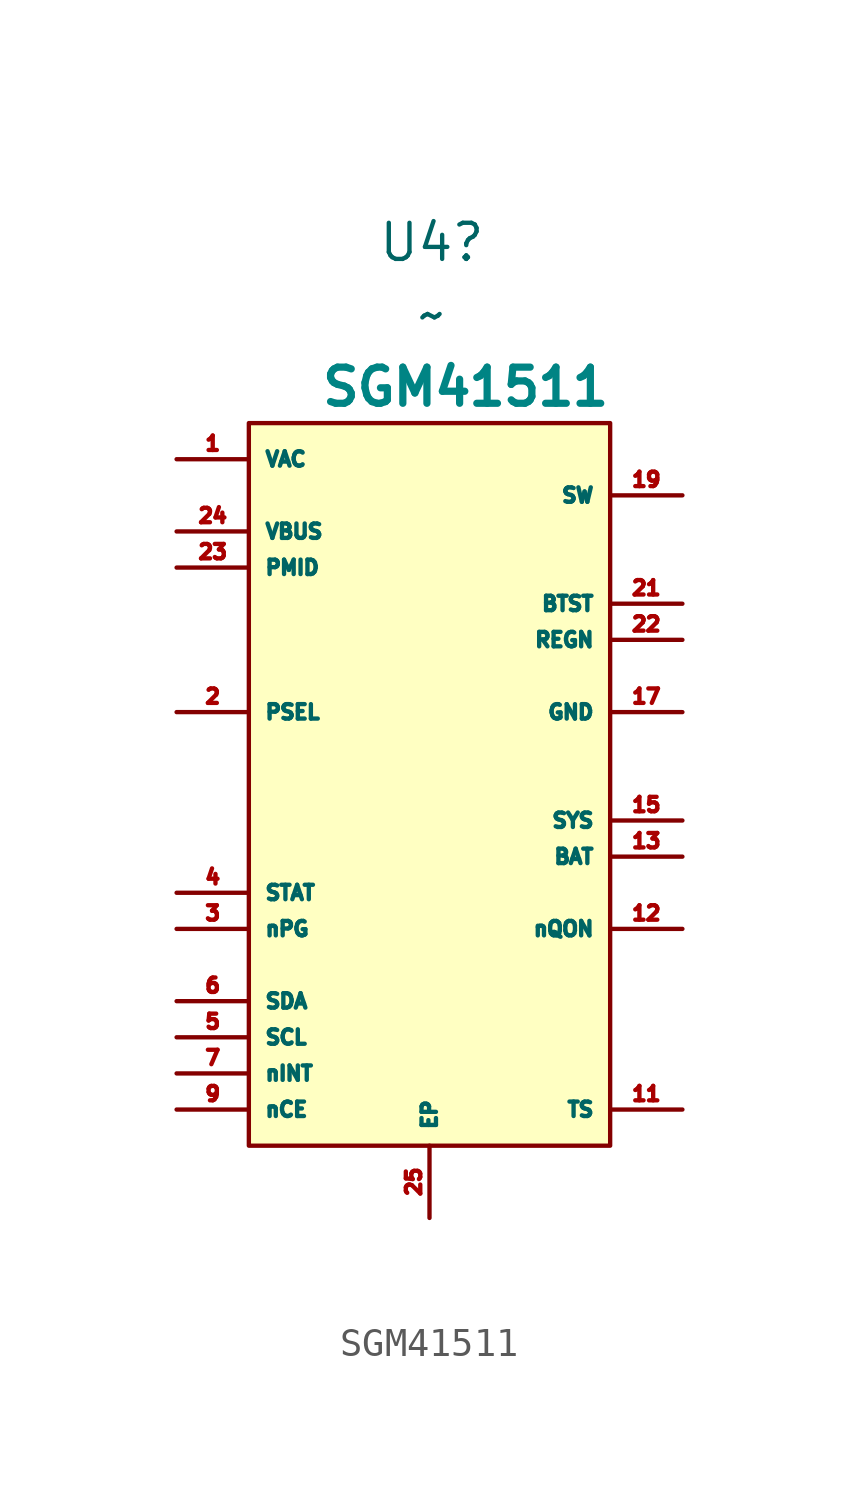
<source format=kicad_sym>
(kicad_symbol_lib
  (version 20231120)
  (generator "kicad_symbol_editor")
  (generator_version "8.0")
  (symbol "SGM41511"
    (property "Reference" "U4"
      (at 0.082 5.08 0)
      (effects (font (size 1.27 1.27))))
    (property "Value" "~"
      (at 0.082 2.54 0)
      (effects (font (size 1.27 1.27))))
    (symbol "SGM41511_1_1"
      (rectangle (start -6.35 -1.27) (end 6.35 -26.67) (stroke (width 0) (type default)) (fill (type background)))
      (text "SGM41511" (at 1.27 0 0) (effects (font (size 1.27 1.27) (thickness 0.254) (bold yes) (color 0 132 132 1))))
      (pin input line (at -8.89 -2.54 0) (length 2.54) (name "VAC" (effects (font (size 0.508 0.508)))) (number "1" (effects (font (size 0.508 0.508)))))
      (pin input line (at 8.89 -25.4 180) (length 2.54) (name "TS" (effects (font (size 0.508 0.508)))) (number "11" (effects (font (size 0.508 0.508)))))
      (pin input line (at 8.89 -19.05 180) (length 2.54) (name "nQON" (effects (font (size 0.508 0.508)))) (number "12" (effects (font (size 0.508 0.508)))))
      (pin passive line (at 8.89 -16.51 180) (length 2.54) (name "BAT" (effects (font (size 0.508 0.508)))) (number "13" (effects (font (size 0.508 0.508)))))
      (pin passive line (at 8.89 -15.24 180) (length 2.54) (name "SYS" (effects (font (size 0.508 0.508)))) (number "15" (effects (font (size 0.508 0.508)))))
      (pin free line (at 8.89 -11.43 180) (length 2.54) (name "GND" (effects (font (size 0.508 0.508)))) (number "17" (effects (font (size 0.508 0.508)))))
      (pin passive line (at 8.89 -3.81 180) (length 2.54) (name "SW" (effects (font (size 0.508 0.508)))) (number "19" (effects (font (size 0.508 0.508)))))
      (pin input line (at -8.89 -11.43 0) (length 2.54) (name "PSEL" (effects (font (size 0.508 0.508)))) (number "2" (effects (font (size 0.508 0.508)))))
      (pin passive line (at 8.89 -7.62 180) (length 2.54) (name "BTST" (effects (font (size 0.508 0.508)))) (number "21" (effects (font (size 0.508 0.508)))))
      (pin passive line (at 8.89 -8.89 180) (length 2.54) (name "REGN" (effects (font (size 0.508 0.508)))) (number "22" (effects (font (size 0.508 0.508)))))
      (pin output line (at -8.89 -6.35 0) (length 2.54) (name "PMID" (effects (font (size 0.508 0.508)))) (number "23" (effects (font (size 0.508 0.508)))))
      (pin power_in line (at -8.89 -5.08 0) (length 2.54) (name "VBUS" (effects (font (size 0.508 0.508)))) (number "24" (effects (font (size 0.508 0.508)))))
      (pin free line (at 0 -29.21 90) (length 2.54) (name "EP" (effects (font (size 0.508 0.508)))) (number "25" (effects (font (size 0.508 0.508)))))
      (pin output line (at -8.89 -19.05 0) (length 2.54) (name "nPG" (effects (font (size 0.508 0.508)))) (number "3" (effects (font (size 0.508 0.508)))))
      (pin output line (at -8.89 -17.78 0) (length 2.54) (name "STAT" (effects (font (size 0.508 0.508)))) (number "4" (effects (font (size 0.508 0.508)))))
      (pin input line (at -8.89 -22.86 0) (length 2.54) (name "SCL" (effects (font (size 0.508 0.508)))) (number "5" (effects (font (size 0.508 0.508)))))
      (pin bidirectional line (at -8.89 -21.59 0) (length 2.54) (name "SDA" (effects (font (size 0.508 0.508)))) (number "6" (effects (font (size 0.508 0.508)))))
      (pin output line (at -8.89 -24.13 0) (length 2.54) (name "nINT" (effects (font (size 0.508 0.508)))) (number "7" (effects (font (size 0.508 0.508)))))
      (pin input line (at -8.89 -25.4 0) (length 2.54) (name "nCE" (effects (font (size 0.508 0.508)))) (number "9" (effects (font (size 0.508 0.508))))))))
</source>
